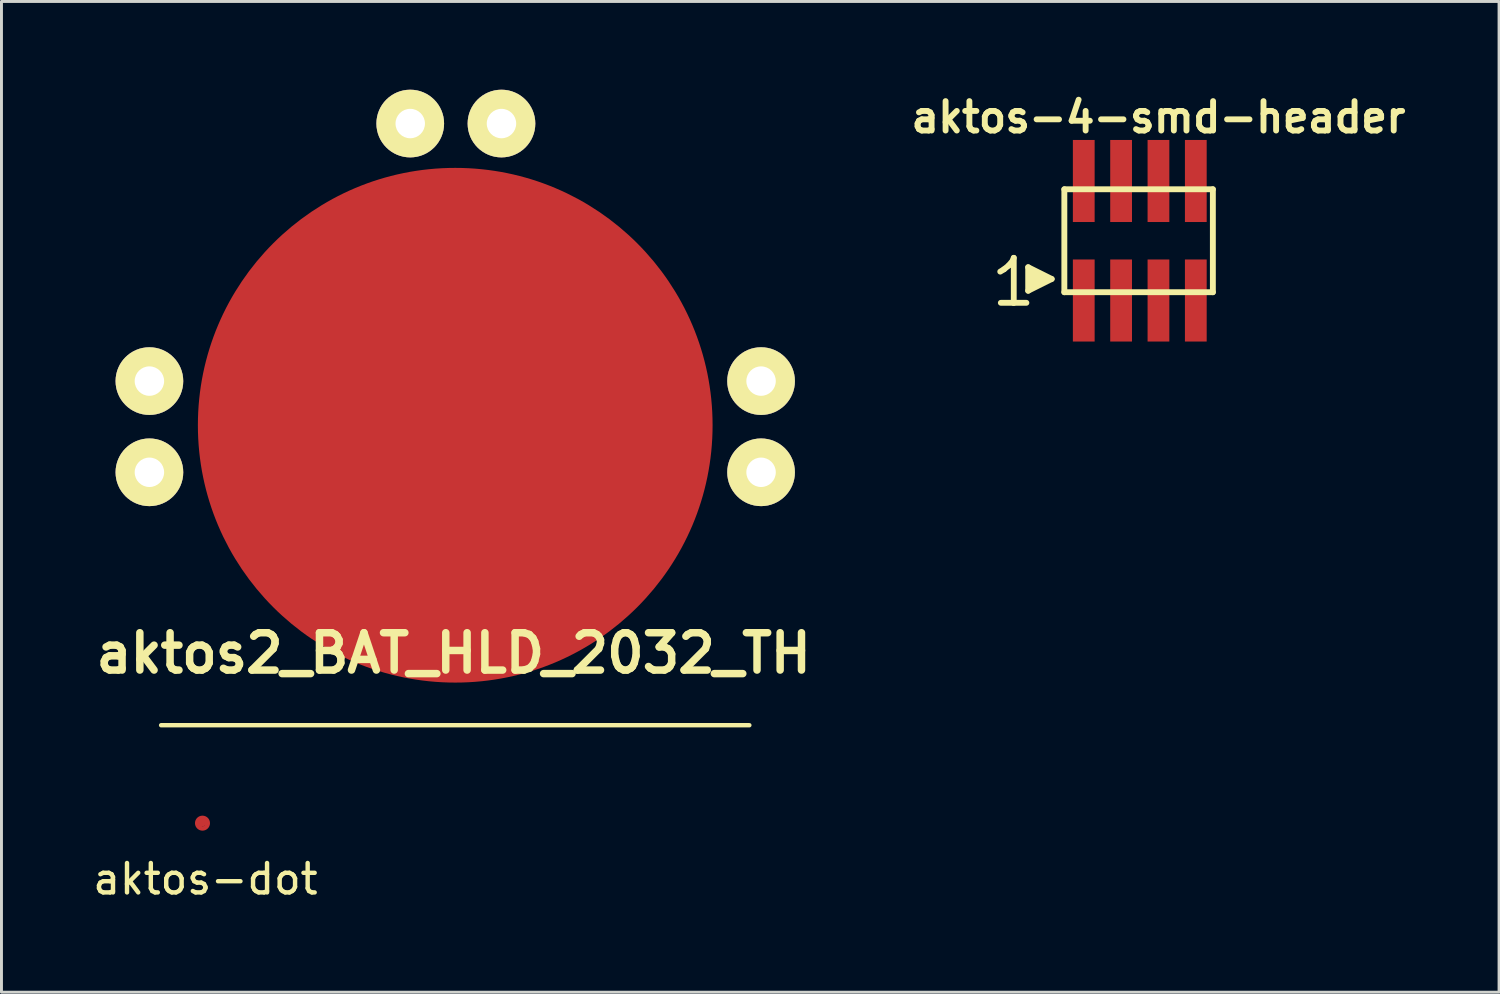
<source format=kicad_pcb>
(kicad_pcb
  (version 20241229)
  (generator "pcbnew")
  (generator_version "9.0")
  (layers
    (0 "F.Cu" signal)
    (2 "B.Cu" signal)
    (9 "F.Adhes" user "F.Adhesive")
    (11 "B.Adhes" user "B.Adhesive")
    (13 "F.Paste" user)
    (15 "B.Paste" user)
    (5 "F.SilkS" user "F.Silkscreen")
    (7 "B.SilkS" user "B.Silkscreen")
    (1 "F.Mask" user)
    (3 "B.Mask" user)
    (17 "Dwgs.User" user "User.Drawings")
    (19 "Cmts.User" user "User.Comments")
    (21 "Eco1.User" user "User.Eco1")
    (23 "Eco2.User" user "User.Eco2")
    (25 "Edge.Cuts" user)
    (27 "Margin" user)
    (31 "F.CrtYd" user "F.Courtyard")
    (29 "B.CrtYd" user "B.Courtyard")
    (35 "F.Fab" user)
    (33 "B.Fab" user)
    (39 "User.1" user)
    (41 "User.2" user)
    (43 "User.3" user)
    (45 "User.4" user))
  (footprint "aktos-4-smd-header"
    (layer "F.Cu")
    (at 36.34 5.136)
    (property "Reference" "aktos-4-smd-header" (at 0 -4.2 0) (layer "F.SilkS") (effects (font (size 1 1) (thickness 0.2))))
    (attr through_hole)
    (fp_line (start -5.38 1.05) (end -5.25 0.97) (stroke (width 0.198) (type solid)) (layer "F.SilkS"))
    (fp_line (start -5.25 0.97) (end -5.09 0.84) (stroke (width 0.198) (type solid)) (layer "F.SilkS"))
    (fp_line (start -5.09 0.84) (end -4.95 0.67) (stroke (width 0.198) (type solid)) (layer "F.SilkS"))
    (fp_line (start -4.95 0.67) (end -4.92 0.58) (stroke (width 0.198) (type solid)) (layer "F.SilkS"))
    (fp_line (start -4.92 0.58) (end -4.92 2.11) (stroke (width 0.198) (type solid)) (layer "F.SilkS"))
    (fp_line (start -4.92 2.11) (end -5.36 2.11) (stroke (width 0.198) (type solid)) (layer "F.SilkS"))
    (fp_line (start -4.49 2.11) (end -4.93 2.11) (stroke (width 0.198) (type solid)) (layer "F.SilkS"))
    (fp_line (start -4.43 0.9) (end -3.63 1.3) (stroke (width 0.198) (type solid)) (layer "F.SilkS"))
    (fp_line (start -4.43 1.7) (end -4.43 0.9) (stroke (width 0.198) (type solid)) (layer "F.SilkS"))
    (fp_line (start -4.33 1.6) (end -4.33 1) (stroke (width 0.198) (type solid)) (layer "F.SilkS"))
    (fp_line (start -4.23 1.1) (end -4.23 1.5) (stroke (width 0.198) (type solid)) (layer "F.SilkS"))
    (fp_line (start -4.13 1.5) (end -4.13 1.1) (stroke (width 0.198) (type solid)) (layer "F.SilkS"))
    (fp_line (start -4.03 1.2) (end -4.03 1.4) (stroke (width 0.198) (type solid)) (layer "F.SilkS"))
    (fp_line (start -3.93 1.4) (end -3.93 1.2) (stroke (width 0.198) (type solid)) (layer "F.SilkS"))
    (fp_line (start -3.63 1.3) (end -4.43 1.7) (stroke (width 0.198) (type solid)) (layer "F.SilkS"))
    (fp_line (start -3.2 -1.75) (end -3.2 1.75) (stroke (width 0.2) (type solid)) (layer "F.SilkS"))
    (fp_line (start -3.2 -1.75) (end 1.85 -1.75) (stroke (width 0.2) (type solid)) (layer "F.SilkS"))
    (fp_line (start -3.2 1.75) (end 1.85 1.75) (stroke (width 0.2) (type solid)) (layer "F.SilkS"))
    (fp_line (start 1.85 -1.75) (end 1.85 1.75) (stroke (width 0.2) (type solid)) (layer "F.SilkS"))
    (pad "1" smd rect (at -2.54 2.032) (size 0.74 2.79) (layers "F.Cu" "F.Mask" "F.Paste"))
    (pad "2" smd rect (at -2.54 -2.032) (size 0.74 2.79) (layers "F.Cu" "F.Mask" "F.Paste"))
    (pad "3" smd rect (at -1.27 2.032) (size 0.74 2.79) (layers "F.Cu" "F.Mask" "F.Paste"))
    (pad "4" smd rect (at -1.27 -2.032) (size 0.74 2.79) (layers "F.Cu" "F.Mask" "F.Paste"))
    (pad "5" smd rect (at 0 2.032) (size 0.74 2.79) (layers "F.Cu" "F.Mask" "F.Paste"))
    (pad "6" smd rect (at 0 -2.032) (size 0.74 2.79) (layers "F.Cu" "F.Mask" "F.Paste"))
    (pad "7" smd rect (at 1.27 2.032) (size 0.74 2.79) (layers "F.Cu" "F.Mask" "F.Paste"))
    (pad "8" smd rect (at 1.27 -2.032) (size 0.74 2.79) (layers "F.Cu" "F.Mask" "F.Paste")))
  (footprint "aktos2_BAT_HLD_2032_TH"
    (layer "F.Cu")
    (at 12.429 11.409)
    (property "Reference" "aktos2_BAT_HLD_2032_TH" (at -0.05 7.75 0) (layer "F.SilkS") (effects (font (size 1.27 1.27) (thickness 0.254))))
    (attr through_hole)
    (fp_line (start -10 10.2) (end 10 10.2) (stroke (width 0.15) (type solid)) (layer "F.SilkS"))
    (pad "1" thru_hole circle (at -10.399 -1.501) (size 2.301 2.301) (drill 1.001) (layers "*.Cu" "*.Mask" "F.SilkS"))
    (pad "1" thru_hole circle (at -10.399 1.6) (size 2.301 2.301) (drill 1.001) (layers "*.Cu" "*.Mask" "F.SilkS"))
    (pad "1" thru_hole circle (at -1.53 -10.258 90) (size 2.301 2.301) (drill 1.001) (layers "*.Cu" "*.Mask" "F.SilkS"))
    (pad "1" thru_hole circle (at 1.572 -10.258 90) (size 2.301 2.301) (drill 1.001) (layers "*.Cu" "*.Mask" "F.SilkS"))
    (pad "1" thru_hole circle (at 10.399 -1.501) (size 2.301 2.301) (drill 1.001) (layers "*.Cu" "*.Mask" "F.SilkS"))
    (pad "1" thru_hole circle (at 10.399 1.6) (size 2.301 2.301) (drill 1.001) (layers "*.Cu" "*.Mask" "F.SilkS"))
    (pad "2" smd circle (at 0 0) (size 17.501 17.501) (layers "F.Cu" "F.Mask" "F.Paste")))
  (footprint "aktos-dot"
    (layer "F.Cu")
    (at 3.835 24.939)
    (property "Reference" "aktos-dot" (at 0.1 1.9 0) (layer "F.SilkS") (effects (font (size 1 1) (thickness 0.15))))
    (attr through_hole)
    (fp_line (start 0.05 -0.1) (end -0.1 -0.05) (stroke (width 0.15) (type solid)) (layer "F.Cu"))
    (fp_line (start 0.1 0) (end -0.05 0.05) (stroke (width 0.15) (type solid)) (layer "F.Cu"))
    (fp_circle (center 0 0) (end 0.1 0.15) (stroke (width 0.15) (type solid)) (fill no) (layer "F.Cu")))
  (gr_rect
    (start -3 -3)
    (end 47.921 30.688)
    (stroke (width 0.1) (type default))
    (fill no)
    (layer "Edge.Cuts")))
</source>
